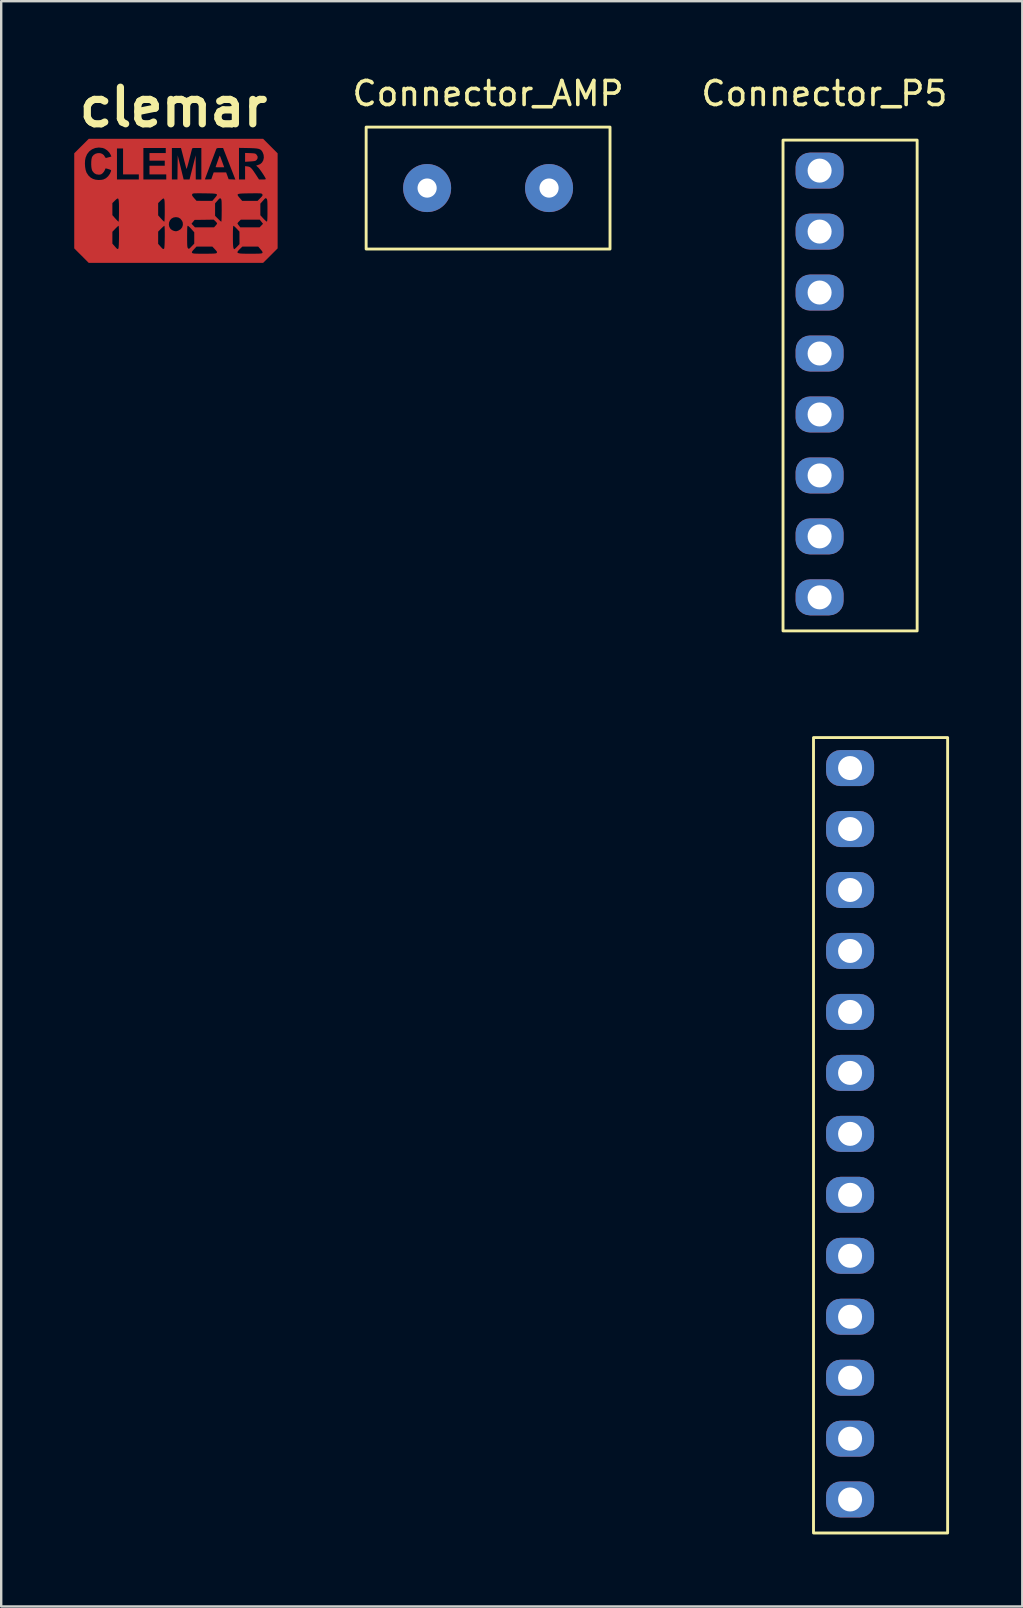
<source format=kicad_pcb>
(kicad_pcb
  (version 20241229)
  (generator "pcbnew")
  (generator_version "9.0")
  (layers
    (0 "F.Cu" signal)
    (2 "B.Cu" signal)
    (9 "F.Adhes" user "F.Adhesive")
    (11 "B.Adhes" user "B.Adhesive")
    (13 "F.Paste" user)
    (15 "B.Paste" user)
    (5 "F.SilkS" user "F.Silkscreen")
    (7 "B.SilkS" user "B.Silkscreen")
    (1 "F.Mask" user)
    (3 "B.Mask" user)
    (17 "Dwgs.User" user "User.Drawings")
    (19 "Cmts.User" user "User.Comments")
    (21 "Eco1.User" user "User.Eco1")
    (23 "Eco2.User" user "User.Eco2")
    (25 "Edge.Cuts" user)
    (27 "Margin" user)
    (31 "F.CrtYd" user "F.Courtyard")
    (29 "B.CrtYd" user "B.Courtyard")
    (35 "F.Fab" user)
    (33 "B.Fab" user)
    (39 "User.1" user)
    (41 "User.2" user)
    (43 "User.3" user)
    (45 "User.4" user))
  (footprint "Connector_AMP"
    (layer "F.Cu")
    (at 14.745 4.785)
    (property "Reference" "Connector_AMP" (at 2.54 -3.937 0) (unlocked yes) (layer "F.SilkS") (effects (font (size 1 1) (thickness 0.15))))
    (attr through_hole)
    (fp_rect (start -2.54 -2.54) (end 7.62 2.54) (stroke (width 0.12) (type solid)) (fill no) (layer "F.SilkS"))
    (pad "1" thru_hole circle (at 0 0) (size 2 2) (drill 0.8) (layers "*.Cu" "*.Mask"))
    (pad "2" thru_hole circle (at 5.08 0) (size 2 2) (drill 0.8) (layers "*.Cu" "*.Mask")))
  (footprint "Connector_P5"
    (layer "F.Cu")
    (at 31.097 4.058)
    (property "Reference" "Connector_P5" (at 0.2 -3.21 0) (layer "F.SilkS") (effects (font (size 1 1) (thickness 0.15))))
    (attr through_hole)
    (fp_rect (start -1.524 -1.27) (end 4.064 19.177) (stroke (width 0.12) (type solid)) (fill no) (layer "F.SilkS"))
    (fp_rect (start -0.254 23.622) (end 5.334 56.761) (stroke (width 0.12) (type solid)) (fill no) (layer "F.SilkS"))
    (pad "1" thru_hole roundrect (at 0 0) (size 2 1.5) (drill 1) (layers "*.Cu" "*.Mask") (roundrect_rratio 0.4))
    (pad "2" thru_hole roundrect (at 0 2.54) (size 2 1.5) (drill 1) (layers "*.Cu" "*.Mask") (roundrect_rratio 0.4))
    (pad "3" thru_hole roundrect (at 0 5.08) (size 2 1.5) (drill 1) (layers "*.Cu" "*.Mask") (roundrect_rratio 0.4))
    (pad "4" thru_hole roundrect (at 0 7.62) (size 2 1.5) (drill 1) (layers "*.Cu" "*.Mask") (roundrect_rratio 0.4))
    (pad "5" thru_hole roundrect (at 0 10.16) (size 2 1.5) (drill 1) (layers "*.Cu" "*.Mask") (roundrect_rratio 0.4))
    (pad "6" thru_hole roundrect (at 0 12.7) (size 2 1.5) (drill 1) (layers "*.Cu" "*.Mask") (roundrect_rratio 0.4))
    (pad "7" thru_hole roundrect (at 0 15.24) (size 2 1.5) (drill 1) (layers "*.Cu" "*.Mask") (roundrect_rratio 0.4))
    (pad "8" thru_hole roundrect (at 0 17.78) (size 2 1.5) (drill 1) (layers "*.Cu" "*.Mask") (roundrect_rratio 0.4))
    (pad "10" thru_hole roundrect (at 1.27 27.432) (size 2 1.5) (drill 1) (layers "*.Cu" "*.Mask") (roundrect_rratio 0.4))
    (pad "11" thru_hole roundrect (at 1.27 29.972) (size 2 1.5) (drill 1) (layers "*.Cu" "*.Mask") (roundrect_rratio 0.4))
    (pad "12" thru_hole roundrect (at 1.27 32.512) (size 2 1.5) (drill 1) (layers "*.Cu" "*.Mask") (roundrect_rratio 0.4))
    (pad "13" thru_hole roundrect (at 1.27 35.052) (size 2 1.5) (drill 1) (layers "*.Cu" "*.Mask") (roundrect_rratio 0.4))
    (pad "14" thru_hole roundrect (at 1.27 37.592) (size 2 1.5) (drill 1) (layers "*.Cu" "*.Mask") (roundrect_rratio 0.4))
    (pad "15" thru_hole roundrect (at 1.27 40.132) (size 2 1.5) (drill 1) (layers "*.Cu" "*.Mask") (roundrect_rratio 0.4))
    (pad "16" thru_hole roundrect (at 1.27 42.672) (size 2 1.5) (drill 1) (layers "*.Cu" "*.Mask") (roundrect_rratio 0.4))
    (pad "17" thru_hole roundrect (at 1.27 45.212) (size 2 1.5) (drill 1) (layers "*.Cu" "*.Mask") (roundrect_rratio 0.4))
    (pad "18" thru_hole roundrect (at 1.27 47.752) (size 2 1.5) (drill 1) (layers "*.Cu" "*.Mask") (roundrect_rratio 0.4))
    (pad "19" thru_hole roundrect (at 1.27 50.292) (size 2 1.5) (drill 1) (layers "*.Cu" "*.Mask") (roundrect_rratio 0.4))
    (pad "20" thru_hole roundrect (at 1.27 52.832) (size 2 1.5) (drill 1) (layers "*.Cu" "*.Mask") (roundrect_rratio 0.4))
    (pad "21" thru_hole roundrect (at 1.27 55.364) (size 2 1.5) (drill 1) (layers "*.Cu" "*.Mask") (roundrect_rratio 0.4))
    (pad "22" thru_hole roundrect (at 1.27 24.892) (size 2 1.5) (drill 1) (layers "*.Cu" "*.Mask") (roundrect_rratio 0.4)))
  (footprint "clemar"
    (layer "F.Cu")
    (at 4.28 5.318)
    (property "Reference" "clemar" (at -0.1 -3.9 0) (layer "F.SilkS") (effects (font (size 1.524 1.524) (thickness 0.3))))
    (attr board_only exclude_from_pos_files exclude_from_bom)
    (fp_poly (pts (xy 3.095 -1.988) (xy 3.194 -1.983) (xy 3.259 -1.977) (xy 3.301 -1.967) (xy 3.33 -1.951) (xy 3.356 -1.926) (xy 3.36 -1.92) (xy 3.403 -1.847) (xy 3.403 -1.776) (xy 3.363 -1.708) (xy 3.337 -1.684) (xy 3.306 -1.667) (xy 3.259 -1.656) (xy 3.188 -1.648) (xy 3.098 -1.641) (xy 2.881 -1.627) (xy 2.881 -1.996)) (stroke (width 0) (type solid)) (fill yes) (layer "F.Cu"))
    (fp_poly (pts (xy 1.835 -1.867) (xy 1.85 -1.835) (xy 1.872 -1.777) (xy 1.905 -1.688) (xy 1.939 -1.594) (xy 2.011 -1.398) (xy 1.832 -1.398) (xy 1.75 -1.399) (xy 1.688 -1.401) (xy 1.655 -1.405) (xy 1.652 -1.406) (xy 1.659 -1.427) (xy 1.677 -1.479) (xy 1.702 -1.551) (xy 1.731 -1.634) (xy 1.761 -1.718) (xy 1.788 -1.794) (xy 1.81 -1.853) (xy 1.814 -1.864) (xy 1.82 -1.877) (xy 1.826 -1.88)) (stroke (width 0) (type solid)) (fill yes) (layer "F.Cu"))
    (fp_poly (pts (xy 3.935 -2.282) (xy 4.237 -1.98) (xy 4.237 1.981) (xy 3.935 2.283) (xy 3.633 2.584) (xy -3.634 2.584) (xy -3.935 2.282) (xy -4.086 2.132) (xy 0.665 2.132) (xy 0.666 2.154) (xy 0.678 2.171) (xy 0.693 2.182) (xy 0.721 2.19) (xy 0.767 2.196) (xy 0.837 2.2) (xy 0.936 2.202) (xy 1.068 2.203) (xy 1.185 2.203) (xy 1.357 2.202) (xy 1.49 2.2) (xy 1.587 2.196) (xy 1.651 2.19) (xy 1.685 2.181) (xy 1.691 2.178) (xy 1.709 2.154) (xy 1.71 2.14) (xy 2.561 2.14) (xy 2.572 2.165) (xy 2.611 2.182) (xy 2.681 2.194) (xy 2.784 2.2) (xy 2.924 2.203) (xy 3.095 2.203) (xy 3.254 2.203) (xy 3.376 2.201) (xy 3.465 2.199) (xy 3.528 2.194) (xy 3.568 2.188) (xy 3.592 2.179) (xy 3.601 2.171) (xy 3.611 2.149) (xy 3.602 2.12) (xy 3.571 2.074) (xy 3.528 2.023) (xy 3.429 1.907) (xy 2.766 1.907) (xy 2.665 2.006) (xy 2.61 2.062) (xy 2.575 2.106) (xy 2.561 2.14) (xy 1.71 2.14) (xy 1.711 2.129) (xy 1.691 2.095) (xy 1.647 2.043) (xy 1.618 2.012) (xy 1.519 1.907) (xy 0.856 1.907) (xy 0.782 1.986) (xy 0.718 2.055) (xy 0.681 2.101) (xy 0.665 2.132) (xy -4.086 2.132) (xy -4.237 1.98) (xy -4.237 1.782) (xy -2.648 1.782) (xy -2.547 1.897) (xy -2.492 1.96) (xy -2.456 1.995) (xy -2.433 2.008) (xy -2.415 2.002) (xy -2.398 1.987) (xy -2.391 1.96) (xy -2.385 1.899) (xy -2.379 1.812) (xy -2.379 1.791) (xy -0.741 1.791) (xy -0.644 1.902) (xy -0.588 1.964) (xy -0.552 1.998) (xy -0.526 2.009) (xy -0.505 1.999) (xy -0.491 1.987) (xy -0.484 1.96) (xy -0.478 1.9) (xy -0.473 1.813) (xy -0.469 1.706) (xy -0.467 1.589) (xy -0.465 1.487) (xy 0.466 1.487) (xy 0.466 1.638) (xy 0.468 1.753) (xy 0.47 1.836) (xy 0.475 1.895) (xy 0.482 1.934) (xy 0.491 1.96) (xy 0.503 1.975) (xy 0.523 1.994) (xy 0.542 1.998) (xy 0.569 1.981) (xy 0.611 1.94) (xy 0.651 1.899) (xy 0.763 1.783) (xy 0.763 1.484) (xy 2.373 1.484) (xy 2.374 1.654) (xy 2.377 1.785) (xy 2.383 1.882) (xy 2.392 1.949) (xy 2.405 1.99) (xy 2.421 2.01) (xy 2.434 2.013) (xy 2.456 1.998) (xy 2.498 1.96) (xy 2.55 1.907) (xy 2.648 1.802) (xy 2.647 1.542) (xy 2.646 1.282) (xy 2.532 1.16) (xy 2.475 1.102) (xy 2.428 1.06) (xy 2.398 1.039) (xy 2.395 1.038) (xy 2.386 1.059) (xy 2.38 1.122) (xy 2.375 1.227) (xy 2.373 1.373) (xy 2.373 1.484) (xy 0.763 1.484) (xy 0.763 1.31) (xy 0.642 1.174) (xy 0.585 1.112) (xy 0.535 1.065) (xy 0.501 1.04) (xy 0.494 1.038) (xy 0.484 1.046) (xy 0.477 1.073) (xy 0.472 1.123) (xy 0.469 1.202) (xy 0.467 1.313) (xy 0.466 1.461) (xy 0.466 1.487) (xy -0.465 1.487) (xy -0.465 1.466) (xy -0.465 1.346) (xy -0.466 1.237) (xy -0.469 1.145) (xy -0.474 1.077) (xy -0.48 1.042) (xy -0.483 1.038) (xy -0.504 1.052) (xy -0.547 1.09) (xy -0.603 1.143) (xy -0.62 1.16) (xy -0.741 1.283) (xy -0.741 1.791) (xy -2.379 1.791) (xy -2.376 1.706) (xy -2.373 1.588) (xy -2.372 1.465) (xy -2.372 1.346) (xy -2.374 1.236) (xy -2.377 1.144) (xy -2.381 1.077) (xy -2.388 1.042) (xy -2.391 1.038) (xy -2.413 1.052) (xy -2.455 1.091) (xy -2.511 1.145) (xy -2.528 1.164) (xy -2.648 1.289) (xy -2.648 1.782) (xy -4.237 1.782) (xy -4.237 0.982) (xy -0.295 0.982) (xy -0.28 1.071) (xy -0.239 1.151) (xy -0.169 1.215) (xy -0.092 1.249) (xy -0.031 1.265) (xy 0.016 1.266) (xy 0.069 1.251) (xy 0.106 1.237) (xy 0.198 1.18) (xy 0.26 1.1) (xy 0.29 1.005) (xy 0.287 0.954) (xy 0.649 0.954) (xy 0.721 1.028) (xy 0.792 1.102) (xy 1.589 1.102) (xy 1.652 1.033) (xy 1.691 0.986) (xy 1.713 0.95) (xy 1.715 0.942) (xy 1.713 0.937) (xy 2.563 0.937) (xy 2.575 0.964) (xy 2.606 1.009) (xy 2.622 1.029) (xy 2.68 1.102) (xy 3.083 1.102) (xy 3.487 1.102) (xy 3.628 0.956) (xy 3.56 0.87) (xy 3.492 0.784) (xy 2.703 0.784) (xy 2.633 0.852) (xy 2.591 0.896) (xy 2.566 0.929) (xy 2.563 0.937) (xy 1.713 0.937) (xy 1.702 0.915) (xy 1.666 0.872) (xy 1.646 0.851) (xy 1.575 0.783) (xy 1.177 0.789) (xy 0.778 0.794) (xy 0.713 0.874) (xy 0.649 0.954) (xy 0.287 0.954) (xy 0.284 0.904) (xy 0.255 0.832) (xy 0.186 0.744) (xy 0.099 0.693) (xy -0.003 0.678) (xy -0.106 0.695) (xy -0.188 0.742) (xy -0.248 0.81) (xy -0.284 0.893) (xy -0.295 0.982) (xy -4.237 0.982) (xy -4.237 0.596) (xy -2.648 0.596) (xy -2.528 0.732) (xy -2.471 0.794) (xy -2.425 0.841) (xy -2.395 0.866) (xy -2.39 0.869) (xy -2.385 0.848) (xy -2.38 0.792) (xy -2.377 0.705) (xy -2.374 0.594) (xy -2.373 0.465) (xy -2.373 0.405) (xy -2.373 0.234) (xy -2.375 0.102) (xy -2.376 0.094) (xy -0.741 0.094) (xy -0.741 0.349) (xy -0.741 0.604) (xy -0.623 0.736) (xy -0.567 0.797) (xy -0.52 0.843) (xy -0.49 0.867) (xy -0.486 0.869) (xy -0.479 0.848) (xy -0.474 0.791) (xy -0.47 0.701) (xy -0.468 0.624) (xy 1.631 0.624) (xy 1.752 0.746) (xy 1.81 0.803) (xy 1.858 0.846) (xy 1.886 0.867) (xy 1.89 0.869) (xy 1.895 0.848) (xy 1.899 0.792) (xy 1.903 0.705) (xy 1.905 0.6) (xy 3.517 0.6) (xy 3.638 0.732) (xy 3.697 0.793) (xy 3.747 0.839) (xy 3.781 0.864) (xy 3.787 0.866) (xy 3.796 0.857) (xy 3.803 0.827) (xy 3.808 0.77) (xy 3.811 0.683) (xy 3.813 0.562) (xy 3.813 0.406) (xy 3.813 0.253) (xy 3.812 0.137) (xy 3.81 0.053) (xy 3.806 -0.006) (xy 3.799 -0.046) (xy 3.791 -0.071) (xy 3.779 -0.088) (xy 3.773 -0.093) (xy 3.752 -0.109) (xy 3.731 -0.11) (xy 3.703 -0.091) (xy 3.661 -0.046) (xy 3.625 -0.006) (xy 3.517 0.117) (xy 3.517 0.358) (xy 3.517 0.6) (xy 1.905 0.6) (xy 1.905 0.594) (xy 1.906 0.465) (xy 1.907 0.406) (xy 1.906 0.253) (xy 1.905 0.136) (xy 1.903 0.051) (xy 1.899 -0.008) (xy 1.892 -0.048) (xy 1.883 -0.073) (xy 1.872 -0.088) (xy 1.869 -0.091) (xy 1.848 -0.106) (xy 1.826 -0.104) (xy 1.796 -0.081) (xy 1.75 -0.032) (xy 1.732 -0.011) (xy 1.631 0.103) (xy 1.631 0.624) (xy -0.468 0.624) (xy -0.467 0.584) (xy -0.466 0.444) (xy -0.466 0.405) (xy -0.467 0.234) (xy -0.469 0.102) (xy -0.474 0.007) (xy -0.484 -0.057) (xy -0.5 -0.091) (xy -0.523 -0.099) (xy -0.554 -0.084) (xy -0.595 -0.049) (xy -0.637 -0.01) (xy -0.741 0.094) (xy -2.376 0.094) (xy -2.381 0.007) (xy -2.391 -0.057) (xy -2.406 -0.091) (xy -2.429 -0.099) (xy -2.461 -0.084) (xy -2.502 -0.049) (xy -2.543 -0.01) (xy -2.648 0.094) (xy -2.648 0.596) (xy -4.237 0.596) (xy -4.237 -0.248) (xy 0.67 -0.248) (xy 0.678 -0.218) (xy 0.707 -0.175) (xy 0.756 -0.116) (xy 0.858 -0.001) (xy 1.188 -0.000268) (xy 1.517 0) (xy 1.62 -0.119) (xy 1.666 -0.174) (xy 1.698 -0.217) (xy 1.711 -0.249) (xy 1.71 -0.252) (xy 2.568 -0.252) (xy 2.579 -0.219) (xy 2.609 -0.177) (xy 2.654 -0.123) (xy 2.658 -0.119) (xy 2.759 0) (xy 3.402 0) (xy 3.514 -0.114) (xy 3.571 -0.173) (xy 3.601 -0.212) (xy 3.611 -0.239) (xy 3.604 -0.263) (xy 3.598 -0.273) (xy 3.588 -0.288) (xy 3.573 -0.299) (xy 3.55 -0.306) (xy 3.512 -0.312) (xy 3.455 -0.314) (xy 3.371 -0.315) (xy 3.257 -0.315) (xy 3.107 -0.313) (xy 3.085 -0.313) (xy 2.912 -0.311) (xy 2.779 -0.307) (xy 2.681 -0.301) (xy 2.616 -0.291) (xy 2.579 -0.275) (xy 2.568 -0.252) (xy 1.71 -0.252) (xy 1.702 -0.273) (xy 1.667 -0.29) (xy 1.604 -0.3) (xy 1.51 -0.307) (xy 1.38 -0.31) (xy 1.211 -0.313) (xy 1.19 -0.313) (xy 1.034 -0.315) (xy 0.915 -0.315) (xy 0.827 -0.314) (xy 0.766 -0.312) (xy 0.726 -0.307) (xy 0.701 -0.3) (xy 0.687 -0.29) (xy 0.678 -0.276) (xy 0.678 -0.275) (xy 0.67 -0.248) (xy -4.237 -0.248) (xy -4.237 -1.55) (xy -3.792 -1.55) (xy -3.784 -1.412) (xy -3.762 -1.285) (xy -3.727 -1.183) (xy -3.724 -1.176) (xy -3.645 -1.055) (xy -3.549 -0.966) (xy -3.453 -0.913) (xy -3.349 -0.882) (xy -3.225 -0.869) (xy -3.099 -0.876) (xy -3.03 -0.89) (xy -2.457 -0.89) (xy -1.546 -0.89) (xy -1.356 -0.89) (xy -0.403 -0.89) (xy -0.169 -0.89) (xy 0.063 -0.89) (xy 0.068 -1.393) (xy 0.074 -1.896) (xy 0.198 -1.393) (xy 0.321 -0.89) (xy 0.567 -0.89) (xy 0.695 -1.393) (xy 0.822 -1.896) (xy 0.824 -1.393) (xy 0.826 -0.89) (xy 1.059 -0.89) (xy 1.059 -0.898) (xy 1.208 -0.898) (xy 1.227 -0.894) (xy 1.277 -0.892) (xy 1.34 -0.894) (xy 1.472 -0.9) (xy 1.522 -1.043) (xy 1.573 -1.186) (xy 2.091 -1.186) (xy 2.196 -0.9) (xy 2.476 -0.888) (xy 2.391 -1.106) (xy 2.357 -1.194) (xy 2.311 -1.311) (xy 2.258 -1.447) (xy 2.201 -1.594) (xy 2.144 -1.739) (xy 2.135 -1.764) (xy 1.964 -2.203) (xy 1.832 -2.203) (xy 1.755 -2.201) (xy 1.71 -2.192) (xy 1.688 -2.174) (xy 1.684 -2.166) (xy 1.667 -2.123) (xy 1.639 -2.05) (xy 1.602 -1.952) (xy 1.558 -1.835) (xy 1.509 -1.706) (xy 1.458 -1.57) (xy 1.406 -1.432) (xy 1.356 -1.298) (xy 1.31 -1.175) (xy 1.27 -1.068) (xy 1.238 -0.982) (xy 1.216 -0.924) (xy 1.208 -0.898) (xy 1.208 -0.898) (xy 1.059 -0.898) (xy 1.059 -2.203) (xy 0.869 -2.203) (xy 0.779 -2.203) (xy 0.722 -2.2) (xy 0.69 -2.192) (xy 0.674 -2.176) (xy 0.665 -2.151) (xy 0.664 -2.145) (xy 0.61 -1.932) (xy 0.565 -1.757) (xy 0.529 -1.617) (xy 0.5 -1.509) (xy 0.478 -1.43) (xy 0.461 -1.376) (xy 0.45 -1.344) (xy 0.442 -1.332) (xy 0.438 -1.335) (xy 0.429 -1.365) (xy 0.411 -1.429) (xy 0.388 -1.519) (xy 0.359 -1.627) (xy 0.339 -1.705) (xy 0.308 -1.826) (xy 0.279 -1.938) (xy 0.255 -2.032) (xy 0.237 -2.1) (xy 0.231 -2.124) (xy 0.21 -2.203) (xy -0.169 -2.203) (xy -0.169 -0.89) (xy -0.403 -0.89) (xy -0.403 -1.102) (xy -1.102 -1.102) (xy -1.102 -1.462) (xy -0.466 -1.462) (xy -0.466 -1.674) (xy -1.102 -1.674) (xy -1.102 -1.991) (xy -0.424 -1.991) (xy -0.424 -2.203) (xy -1.356 -2.203) (xy -1.356 -0.89) (xy -1.546 -0.89) (xy -1.546 -1.102) (xy -2.203 -1.102) (xy -2.203 -2.182) (xy -2.457 -2.182) (xy -2.457 -0.89) (xy -3.03 -0.89) (xy -3.023 -0.891) (xy -2.92 -0.94) (xy -2.826 -1.023) (xy -2.75 -1.132) (xy -2.704 -1.241) (xy -2.701 -1.267) (xy -2.718 -1.287) (xy -2.763 -1.307) (xy -2.809 -1.322) (xy -2.873 -1.341) (xy -2.918 -1.351) (xy -2.932 -1.352) (xy -2.943 -1.33) (xy -2.962 -1.284) (xy -2.964 -1.279) (xy -2.997 -1.219) (xy -3.045 -1.16) (xy -3.053 -1.152) (xy -3.104 -1.112) (xy -3.159 -1.094) (xy -3.22 -1.091) (xy -3.325 -1.107) (xy -3.411 -1.158) (xy -3.482 -1.247) (xy -3.485 -1.252) (xy -3.508 -1.318) (xy -3.524 -1.412) (xy -3.53 -1.522) (xy -3.528 -1.635) (xy -3.518 -1.738) (xy -3.498 -1.818) (xy -3.489 -1.839) (xy -3.427 -1.915) (xy -3.345 -1.965) (xy -3.253 -1.989) (xy -3.158 -1.987) (xy -3.072 -1.958) (xy -3.002 -1.903) (xy -2.967 -1.845) (xy -2.937 -1.797) (xy -2.905 -1.788) (xy -2.863 -1.8) (xy -2.802 -1.816) (xy -2.78 -1.821) (xy -2.691 -1.845) (xy -2.722 -1.923) (xy -2.779 -2.017) (xy -2.864 -2.103) (xy -2.965 -2.17) (xy -3.053 -2.204) (xy -3.083 -2.207) (xy 2.627 -2.207) (xy 2.627 -0.89) (xy 2.881 -0.89) (xy 2.881 -1.446) (xy 2.978 -1.435) (xy 3.032 -1.425) (xy 3.08 -1.406) (xy 3.125 -1.372) (xy 3.175 -1.318) (xy 3.233 -1.239) (xy 3.307 -1.129) (xy 3.321 -1.108) (xy 3.462 -0.89) (xy 3.608 -0.89) (xy 3.686 -0.891) (xy 3.729 -0.898) (xy 3.744 -0.91) (xy 3.743 -0.919) (xy 3.716 -0.973) (xy 3.671 -1.05) (xy 3.615 -1.137) (xy 3.554 -1.227) (xy 3.496 -1.307) (xy 3.447 -1.369) (xy 3.421 -1.395) (xy 3.378 -1.435) (xy 3.351 -1.463) (xy 3.347 -1.469) (xy 3.365 -1.479) (xy 3.41 -1.49) (xy 3.412 -1.491) (xy 3.511 -1.53) (xy 3.588 -1.6) (xy 3.639 -1.691) (xy 3.662 -1.798) (xy 3.653 -1.913) (xy 3.617 -2.013) (xy 3.585 -2.07) (xy 3.549 -2.113) (xy 3.502 -2.145) (xy 3.439 -2.168) (xy 3.354 -2.183) (xy 3.241 -2.192) (xy 3.094 -2.198) (xy 3.013 -2.2) (xy 2.627 -2.207) (xy -3.083 -2.207) (xy -3.211 -2.222) (xy -3.361 -2.202) (xy -3.496 -2.147) (xy -3.612 -2.06) (xy -3.703 -1.943) (xy -3.763 -1.803) (xy -3.786 -1.685) (xy -3.792 -1.55) (xy -4.237 -1.55) (xy -4.237 -1.981) (xy -3.935 -2.283) (xy -3.633 -2.584) (xy 3.634 -2.584)) (stroke (width 0) (type solid)) (fill yes) (layer "F.Cu")))
  (gr_rect
    (start -3 -3)
    (end 39.541 63.879)
    (stroke (width 0.1) (type default))
    (fill no)
    (layer "Edge.Cuts")))
</source>
